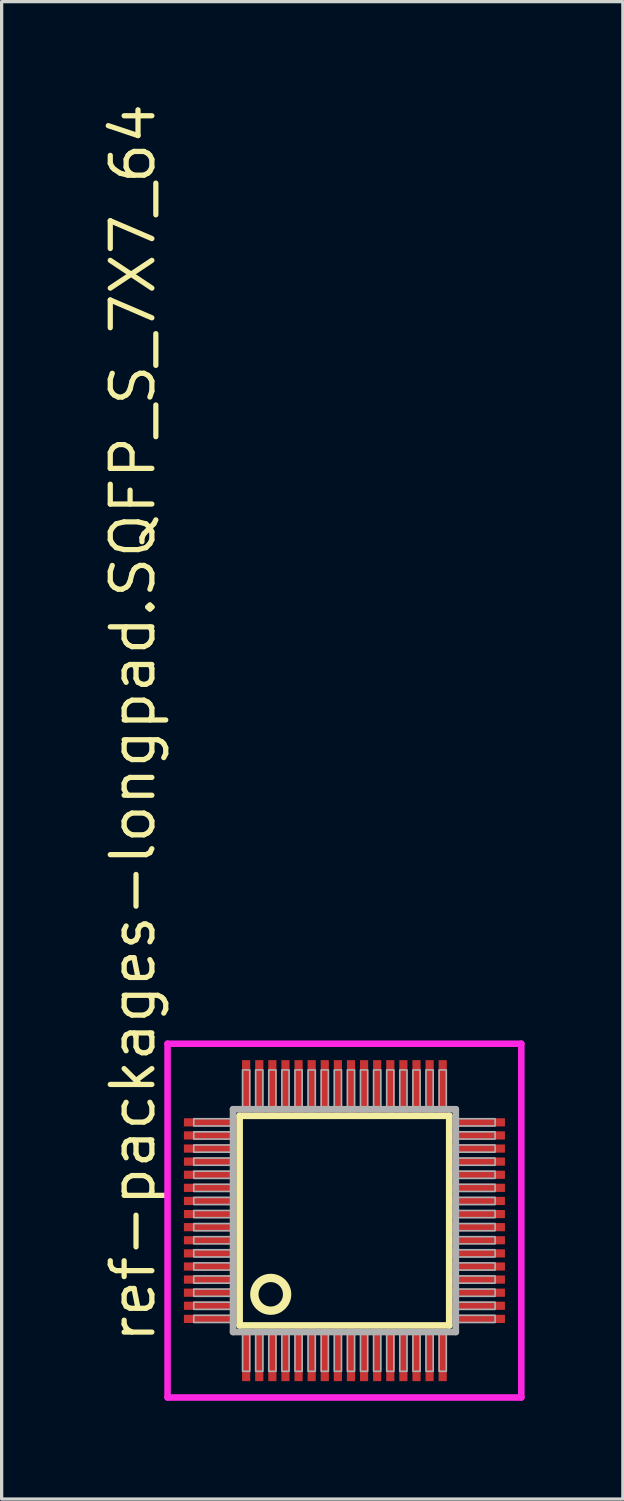
<source format=kicad_pcb>
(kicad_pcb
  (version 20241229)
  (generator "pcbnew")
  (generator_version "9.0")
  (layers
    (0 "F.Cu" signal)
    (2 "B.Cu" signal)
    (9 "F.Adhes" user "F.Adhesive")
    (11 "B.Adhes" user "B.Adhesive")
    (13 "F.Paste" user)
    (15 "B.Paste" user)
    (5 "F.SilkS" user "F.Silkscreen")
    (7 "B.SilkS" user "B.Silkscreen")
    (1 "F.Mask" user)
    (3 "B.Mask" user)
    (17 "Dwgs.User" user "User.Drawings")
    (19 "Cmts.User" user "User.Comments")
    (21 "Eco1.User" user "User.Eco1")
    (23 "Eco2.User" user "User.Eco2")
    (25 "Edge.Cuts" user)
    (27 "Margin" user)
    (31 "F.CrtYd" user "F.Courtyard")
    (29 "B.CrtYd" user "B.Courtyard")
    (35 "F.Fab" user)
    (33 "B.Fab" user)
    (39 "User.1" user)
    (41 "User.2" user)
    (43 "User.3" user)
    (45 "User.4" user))
  (footprint "ref-packages-longpad.SQFP_S_7X7_64"
    (layer "F.Cu")
    (at 7.465 34.214)
    (property "Reference" "ref-packages-longpad.SQFP_S_7X7_64" (at -5.715 3.81 90) (layer "F.SilkS") (effects (font (size 1.27 1.27) (thickness 0.16)) (justify left bottom)))
    (attr smd)
    (fp_line (start -3.2 -3.2) (end 3.2 -3.2) (stroke (width 0.203) (type default)) (layer "F.SilkS"))
    (fp_line (start -3.2 3.2) (end -3.2 -3.2) (stroke (width 0.203) (type default)) (layer "F.SilkS"))
    (fp_line (start 3.2 -3.2) (end 3.2 3.2) (stroke (width 0.203) (type default)) (layer "F.SilkS"))
    (fp_line (start 3.2 3.2) (end -3.2 3.2) (stroke (width 0.203) (type default)) (layer "F.SilkS"))
    (fp_circle (center -2.25 2.25) (end -1.75 2.25) (stroke (width 0.254) (type default)) (fill no) (layer "F.SilkS"))
    (fp_line (start -5.4 -5.4) (end 5.4 -5.4) (stroke (width 0.2) (type default)) (layer "F.CrtYd"))
    (fp_line (start -5.4 5.4) (end -5.4 -5.4) (stroke (width 0.2) (type default)) (layer "F.CrtYd"))
    (fp_line (start 5.4 -5.4) (end 5.4 5.4) (stroke (width 0.2) (type default)) (layer "F.CrtYd"))
    (fp_line (start 5.4 5.4) (end -5.4 5.4) (stroke (width 0.2) (type default)) (layer "F.CrtYd"))
    (fp_line (start -3.4 -3.4) (end -3.4 3.4) (stroke (width 0.203) (type default)) (layer "F.Fab"))
    (fp_line (start -3.4 3.4) (end 3.4 3.4) (stroke (width 0.203) (type default)) (layer "F.Fab"))
    (fp_line (start 3.4 -3.4) (end -3.4 -3.4) (stroke (width 0.203) (type default)) (layer "F.Fab"))
    (fp_line (start 3.4 3.4) (end 3.4 -3.4) (stroke (width 0.203) (type default)) (layer "F.Fab"))
    (fp_rect (start -4.6 -2.89) (end -3.45 -3.11) (stroke (width 0.05) (type default)) (fill no) (layer "F.Fab"))
    (fp_rect (start -4.6 -2.49) (end -3.45 -2.71) (stroke (width 0.05) (type default)) (fill no) (layer "F.Fab"))
    (fp_rect (start -4.6 -2.09) (end -3.45 -2.31) (stroke (width 0.05) (type default)) (fill no) (layer "F.Fab"))
    (fp_rect (start -4.6 -1.69) (end -3.45 -1.91) (stroke (width 0.05) (type default)) (fill no) (layer "F.Fab"))
    (fp_rect (start -4.6 -1.29) (end -3.45 -1.51) (stroke (width 0.05) (type default)) (fill no) (layer "F.Fab"))
    (fp_rect (start -4.6 -0.89) (end -3.45 -1.11) (stroke (width 0.05) (type default)) (fill no) (layer "F.Fab"))
    (fp_rect (start -4.6 -0.49) (end -3.45 -0.71) (stroke (width 0.05) (type default)) (fill no) (layer "F.Fab"))
    (fp_rect (start -4.6 -0.09) (end -3.45 -0.31) (stroke (width 0.05) (type default)) (fill no) (layer "F.Fab"))
    (fp_rect (start -4.6 0.31) (end -3.45 0.09) (stroke (width 0.05) (type default)) (fill no) (layer "F.Fab"))
    (fp_rect (start -4.6 0.71) (end -3.45 0.49) (stroke (width 0.05) (type default)) (fill no) (layer "F.Fab"))
    (fp_rect (start -4.6 1.11) (end -3.45 0.89) (stroke (width 0.05) (type default)) (fill no) (layer "F.Fab"))
    (fp_rect (start -4.6 1.51) (end -3.45 1.29) (stroke (width 0.05) (type default)) (fill no) (layer "F.Fab"))
    (fp_rect (start -4.6 1.91) (end -3.45 1.69) (stroke (width 0.05) (type default)) (fill no) (layer "F.Fab"))
    (fp_rect (start -4.6 2.31) (end -3.45 2.09) (stroke (width 0.05) (type default)) (fill no) (layer "F.Fab"))
    (fp_rect (start -4.6 2.71) (end -3.45 2.49) (stroke (width 0.05) (type default)) (fill no) (layer "F.Fab"))
    (fp_rect (start -4.6 3.11) (end -3.45 2.89) (stroke (width 0.05) (type default)) (fill no) (layer "F.Fab"))
    (fp_rect (start -3.11 -3.45) (end -2.89 -4.6) (stroke (width 0.05) (type default)) (fill no) (layer "F.Fab"))
    (fp_rect (start -3.11 4.6) (end -2.89 3.45) (stroke (width 0.05) (type default)) (fill no) (layer "F.Fab"))
    (fp_rect (start -2.71 -3.45) (end -2.49 -4.6) (stroke (width 0.05) (type default)) (fill no) (layer "F.Fab"))
    (fp_rect (start -2.71 4.6) (end -2.49 3.45) (stroke (width 0.05) (type default)) (fill no) (layer "F.Fab"))
    (fp_rect (start -2.31 -3.45) (end -2.09 -4.6) (stroke (width 0.05) (type default)) (fill no) (layer "F.Fab"))
    (fp_rect (start -2.31 4.6) (end -2.09 3.45) (stroke (width 0.05) (type default)) (fill no) (layer "F.Fab"))
    (fp_rect (start -1.91 -3.45) (end -1.69 -4.6) (stroke (width 0.05) (type default)) (fill no) (layer "F.Fab"))
    (fp_rect (start -1.91 4.6) (end -1.69 3.45) (stroke (width 0.05) (type default)) (fill no) (layer "F.Fab"))
    (fp_rect (start -1.51 -3.45) (end -1.29 -4.6) (stroke (width 0.05) (type default)) (fill no) (layer "F.Fab"))
    (fp_rect (start -1.51 4.6) (end -1.29 3.45) (stroke (width 0.05) (type default)) (fill no) (layer "F.Fab"))
    (fp_rect (start -1.11 -3.45) (end -0.89 -4.6) (stroke (width 0.05) (type default)) (fill no) (layer "F.Fab"))
    (fp_rect (start -1.11 4.6) (end -0.89 3.45) (stroke (width 0.05) (type default)) (fill no) (layer "F.Fab"))
    (fp_rect (start -0.71 -3.45) (end -0.49 -4.6) (stroke (width 0.05) (type default)) (fill no) (layer "F.Fab"))
    (fp_rect (start -0.71 4.6) (end -0.49 3.45) (stroke (width 0.05) (type default)) (fill no) (layer "F.Fab"))
    (fp_rect (start -0.31 -3.45) (end -0.09 -4.6) (stroke (width 0.05) (type default)) (fill no) (layer "F.Fab"))
    (fp_rect (start -0.31 4.6) (end -0.09 3.45) (stroke (width 0.05) (type default)) (fill no) (layer "F.Fab"))
    (fp_rect (start 0.09 -3.45) (end 0.31 -4.6) (stroke (width 0.05) (type default)) (fill no) (layer "F.Fab"))
    (fp_rect (start 0.09 4.6) (end 0.31 3.45) (stroke (width 0.05) (type default)) (fill no) (layer "F.Fab"))
    (fp_rect (start 0.49 -3.45) (end 0.71 -4.6) (stroke (width 0.05) (type default)) (fill no) (layer "F.Fab"))
    (fp_rect (start 0.49 4.6) (end 0.71 3.45) (stroke (width 0.05) (type default)) (fill no) (layer "F.Fab"))
    (fp_rect (start 0.89 -3.45) (end 1.11 -4.6) (stroke (width 0.05) (type default)) (fill no) (layer "F.Fab"))
    (fp_rect (start 0.89 4.6) (end 1.11 3.45) (stroke (width 0.05) (type default)) (fill no) (layer "F.Fab"))
    (fp_rect (start 1.29 -3.45) (end 1.51 -4.6) (stroke (width 0.05) (type default)) (fill no) (layer "F.Fab"))
    (fp_rect (start 1.29 4.6) (end 1.51 3.45) (stroke (width 0.05) (type default)) (fill no) (layer "F.Fab"))
    (fp_rect (start 1.69 -3.45) (end 1.91 -4.6) (stroke (width 0.05) (type default)) (fill no) (layer "F.Fab"))
    (fp_rect (start 1.69 4.6) (end 1.91 3.45) (stroke (width 0.05) (type default)) (fill no) (layer "F.Fab"))
    (fp_rect (start 2.09 -3.45) (end 2.31 -4.6) (stroke (width 0.05) (type default)) (fill no) (layer "F.Fab"))
    (fp_rect (start 2.09 4.6) (end 2.31 3.45) (stroke (width 0.05) (type default)) (fill no) (layer "F.Fab"))
    (fp_rect (start 2.49 -3.45) (end 2.71 -4.6) (stroke (width 0.05) (type default)) (fill no) (layer "F.Fab"))
    (fp_rect (start 2.49 4.6) (end 2.71 3.45) (stroke (width 0.05) (type default)) (fill no) (layer "F.Fab"))
    (fp_rect (start 2.89 -3.45) (end 3.11 -4.6) (stroke (width 0.05) (type default)) (fill no) (layer "F.Fab"))
    (fp_rect (start 2.89 4.6) (end 3.11 3.45) (stroke (width 0.05) (type default)) (fill no) (layer "F.Fab"))
    (fp_rect (start 3.45 -2.89) (end 4.6 -3.11) (stroke (width 0.05) (type default)) (fill no) (layer "F.Fab"))
    (fp_rect (start 3.45 -2.49) (end 4.6 -2.71) (stroke (width 0.05) (type default)) (fill no) (layer "F.Fab"))
    (fp_rect (start 3.45 -2.09) (end 4.6 -2.31) (stroke (width 0.05) (type default)) (fill no) (layer "F.Fab"))
    (fp_rect (start 3.45 -1.69) (end 4.6 -1.91) (stroke (width 0.05) (type default)) (fill no) (layer "F.Fab"))
    (fp_rect (start 3.45 -1.29) (end 4.6 -1.51) (stroke (width 0.05) (type default)) (fill no) (layer "F.Fab"))
    (fp_rect (start 3.45 -0.89) (end 4.6 -1.11) (stroke (width 0.05) (type default)) (fill no) (layer "F.Fab"))
    (fp_rect (start 3.45 -0.49) (end 4.6 -0.71) (stroke (width 0.05) (type default)) (fill no) (layer "F.Fab"))
    (fp_rect (start 3.45 -0.09) (end 4.6 -0.31) (stroke (width 0.05) (type default)) (fill no) (layer "F.Fab"))
    (fp_rect (start 3.45 0.31) (end 4.6 0.09) (stroke (width 0.05) (type default)) (fill no) (layer "F.Fab"))
    (fp_rect (start 3.45 0.71) (end 4.6 0.49) (stroke (width 0.05) (type default)) (fill no) (layer "F.Fab"))
    (fp_rect (start 3.45 1.11) (end 4.6 0.89) (stroke (width 0.05) (type default)) (fill no) (layer "F.Fab"))
    (fp_rect (start 3.45 1.51) (end 4.6 1.29) (stroke (width 0.05) (type default)) (fill no) (layer "F.Fab"))
    (fp_rect (start 3.45 1.91) (end 4.6 1.69) (stroke (width 0.05) (type default)) (fill no) (layer "F.Fab"))
    (fp_rect (start 3.45 2.31) (end 4.6 2.09) (stroke (width 0.05) (type default)) (fill no) (layer "F.Fab"))
    (fp_rect (start 3.45 2.71) (end 4.6 2.49) (stroke (width 0.05) (type default)) (fill no) (layer "F.Fab"))
    (fp_rect (start 3.45 3.11) (end 4.6 2.89) (stroke (width 0.05) (type default)) (fill no) (layer "F.Fab"))
    (pad "1" smd roundrect (at -3 4.1) (size 0.25 1.6) (layers "F.Cu" "F.Mask" "F.Paste") (roundrect_rratio 0.01))
    (pad "2" smd roundrect (at -2.6 4.1) (size 0.25 1.6) (layers "F.Cu" "F.Mask" "F.Paste") (roundrect_rratio 0.01))
    (pad "3" smd roundrect (at -2.2 4.1) (size 0.25 1.6) (layers "F.Cu" "F.Mask" "F.Paste") (roundrect_rratio 0.01))
    (pad "4" smd roundrect (at -1.8 4.1) (size 0.25 1.6) (layers "F.Cu" "F.Mask" "F.Paste") (roundrect_rratio 0.01))
    (pad "5" smd roundrect (at -1.4 4.1) (size 0.25 1.6) (layers "F.Cu" "F.Mask" "F.Paste") (roundrect_rratio 0.01))
    (pad "6" smd roundrect (at -1 4.1) (size 0.25 1.6) (layers "F.Cu" "F.Mask" "F.Paste") (roundrect_rratio 0.01))
    (pad "7" smd roundrect (at -0.6 4.1) (size 0.25 1.6) (layers "F.Cu" "F.Mask" "F.Paste") (roundrect_rratio 0.01))
    (pad "8" smd roundrect (at -0.2 4.1) (size 0.25 1.6) (layers "F.Cu" "F.Mask" "F.Paste") (roundrect_rratio 0.01))
    (pad "9" smd roundrect (at 0.2 4.1) (size 0.25 1.6) (layers "F.Cu" "F.Mask" "F.Paste") (roundrect_rratio 0.01))
    (pad "10" smd roundrect (at 0.6 4.1) (size 0.25 1.6) (layers "F.Cu" "F.Mask" "F.Paste") (roundrect_rratio 0.01))
    (pad "11" smd roundrect (at 1 4.1) (size 0.25 1.6) (layers "F.Cu" "F.Mask" "F.Paste") (roundrect_rratio 0.01))
    (pad "12" smd roundrect (at 1.4 4.1) (size 0.25 1.6) (layers "F.Cu" "F.Mask" "F.Paste") (roundrect_rratio 0.01))
    (pad "13" smd roundrect (at 1.8 4.1) (size 0.25 1.6) (layers "F.Cu" "F.Mask" "F.Paste") (roundrect_rratio 0.01))
    (pad "14" smd roundrect (at 2.2 4.1) (size 0.25 1.6) (layers "F.Cu" "F.Mask" "F.Paste") (roundrect_rratio 0.01))
    (pad "15" smd roundrect (at 2.6 4.1) (size 0.25 1.6) (layers "F.Cu" "F.Mask" "F.Paste") (roundrect_rratio 0.01))
    (pad "16" smd roundrect (at 3 4.1) (size 0.25 1.6) (layers "F.Cu" "F.Mask" "F.Paste") (roundrect_rratio 0.01))
    (pad "17" smd roundrect (at 4.1 3) (size 1.6 0.25) (layers "F.Cu" "F.Mask" "F.Paste") (roundrect_rratio 0.01))
    (pad "18" smd roundrect (at 4.1 2.6) (size 1.6 0.25) (layers "F.Cu" "F.Mask" "F.Paste") (roundrect_rratio 0.01))
    (pad "19" smd roundrect (at 4.1 2.2) (size 1.6 0.25) (layers "F.Cu" "F.Mask" "F.Paste") (roundrect_rratio 0.01))
    (pad "20" smd roundrect (at 4.1 1.8) (size 1.6 0.25) (layers "F.Cu" "F.Mask" "F.Paste") (roundrect_rratio 0.01))
    (pad "21" smd roundrect (at 4.1 1.4) (size 1.6 0.25) (layers "F.Cu" "F.Mask" "F.Paste") (roundrect_rratio 0.01))
    (pad "22" smd roundrect (at 4.1 1) (size 1.6 0.25) (layers "F.Cu" "F.Mask" "F.Paste") (roundrect_rratio 0.01))
    (pad "23" smd roundrect (at 4.1 0.6) (size 1.6 0.25) (layers "F.Cu" "F.Mask" "F.Paste") (roundrect_rratio 0.01))
    (pad "24" smd roundrect (at 4.1 0.2) (size 1.6 0.25) (layers "F.Cu" "F.Mask" "F.Paste") (roundrect_rratio 0.01))
    (pad "25" smd roundrect (at 4.1 -0.2) (size 1.6 0.25) (layers "F.Cu" "F.Mask" "F.Paste") (roundrect_rratio 0.01))
    (pad "26" smd roundrect (at 4.1 -0.6) (size 1.6 0.25) (layers "F.Cu" "F.Mask" "F.Paste") (roundrect_rratio 0.01))
    (pad "27" smd roundrect (at 4.1 -1) (size 1.6 0.25) (layers "F.Cu" "F.Mask" "F.Paste") (roundrect_rratio 0.01))
    (pad "28" smd roundrect (at 4.1 -1.4) (size 1.6 0.25) (layers "F.Cu" "F.Mask" "F.Paste") (roundrect_rratio 0.01))
    (pad "29" smd roundrect (at 4.1 -1.8) (size 1.6 0.25) (layers "F.Cu" "F.Mask" "F.Paste") (roundrect_rratio 0.01))
    (pad "30" smd roundrect (at 4.1 -2.2) (size 1.6 0.25) (layers "F.Cu" "F.Mask" "F.Paste") (roundrect_rratio 0.01))
    (pad "31" smd roundrect (at 4.1 -2.6) (size 1.6 0.25) (layers "F.Cu" "F.Mask" "F.Paste") (roundrect_rratio 0.01))
    (pad "32" smd roundrect (at 4.1 -3) (size 1.6 0.25) (layers "F.Cu" "F.Mask" "F.Paste") (roundrect_rratio 0.01))
    (pad "33" smd roundrect (at 3 -4.1) (size 0.25 1.6) (layers "F.Cu" "F.Mask" "F.Paste") (roundrect_rratio 0.01))
    (pad "34" smd roundrect (at 2.6 -4.1) (size 0.25 1.6) (layers "F.Cu" "F.Mask" "F.Paste") (roundrect_rratio 0.01))
    (pad "35" smd roundrect (at 2.2 -4.1) (size 0.25 1.6) (layers "F.Cu" "F.Mask" "F.Paste") (roundrect_rratio 0.01))
    (pad "36" smd roundrect (at 1.8 -4.1) (size 0.25 1.6) (layers "F.Cu" "F.Mask" "F.Paste") (roundrect_rratio 0.01))
    (pad "37" smd roundrect (at 1.4 -4.1) (size 0.25 1.6) (layers "F.Cu" "F.Mask" "F.Paste") (roundrect_rratio 0.01))
    (pad "38" smd roundrect (at 1 -4.1) (size 0.25 1.6) (layers "F.Cu" "F.Mask" "F.Paste") (roundrect_rratio 0.01))
    (pad "39" smd roundrect (at 0.6 -4.1) (size 0.25 1.6) (layers "F.Cu" "F.Mask" "F.Paste") (roundrect_rratio 0.01))
    (pad "40" smd roundrect (at 0.2 -4.1) (size 0.25 1.6) (layers "F.Cu" "F.Mask" "F.Paste") (roundrect_rratio 0.01))
    (pad "41" smd roundrect (at -0.2 -4.1) (size 0.25 1.6) (layers "F.Cu" "F.Mask" "F.Paste") (roundrect_rratio 0.01))
    (pad "42" smd roundrect (at -0.6 -4.1) (size 0.25 1.6) (layers "F.Cu" "F.Mask" "F.Paste") (roundrect_rratio 0.01))
    (pad "43" smd roundrect (at -1 -4.1) (size 0.25 1.6) (layers "F.Cu" "F.Mask" "F.Paste") (roundrect_rratio 0.01))
    (pad "44" smd roundrect (at -1.4 -4.1) (size 0.25 1.6) (layers "F.Cu" "F.Mask" "F.Paste") (roundrect_rratio 0.01))
    (pad "45" smd roundrect (at -1.8 -4.1) (size 0.25 1.6) (layers "F.Cu" "F.Mask" "F.Paste") (roundrect_rratio 0.01))
    (pad "46" smd roundrect (at -2.2 -4.1) (size 0.25 1.6) (layers "F.Cu" "F.Mask" "F.Paste") (roundrect_rratio 0.01))
    (pad "47" smd roundrect (at -2.6 -4.1) (size 0.25 1.6) (layers "F.Cu" "F.Mask" "F.Paste") (roundrect_rratio 0.01))
    (pad "48" smd roundrect (at -3 -4.1) (size 0.25 1.6) (layers "F.Cu" "F.Mask" "F.Paste") (roundrect_rratio 0.01))
    (pad "49" smd roundrect (at -4.1 -3) (size 1.6 0.25) (layers "F.Cu" "F.Mask" "F.Paste") (roundrect_rratio 0.01))
    (pad "50" smd roundrect (at -4.1 -2.6) (size 1.6 0.25) (layers "F.Cu" "F.Mask" "F.Paste") (roundrect_rratio 0.01))
    (pad "51" smd roundrect (at -4.1 -2.2) (size 1.6 0.25) (layers "F.Cu" "F.Mask" "F.Paste") (roundrect_rratio 0.01))
    (pad "52" smd roundrect (at -4.1 -1.8) (size 1.6 0.25) (layers "F.Cu" "F.Mask" "F.Paste") (roundrect_rratio 0.01))
    (pad "53" smd roundrect (at -4.1 -1.4) (size 1.6 0.25) (layers "F.Cu" "F.Mask" "F.Paste") (roundrect_rratio 0.01))
    (pad "54" smd roundrect (at -4.1 -1) (size 1.6 0.25) (layers "F.Cu" "F.Mask" "F.Paste") (roundrect_rratio 0.01))
    (pad "55" smd roundrect (at -4.1 -0.6) (size 1.6 0.25) (layers "F.Cu" "F.Mask" "F.Paste") (roundrect_rratio 0.01))
    (pad "56" smd roundrect (at -4.1 -0.2) (size 1.6 0.25) (layers "F.Cu" "F.Mask" "F.Paste") (roundrect_rratio 0.01))
    (pad "57" smd roundrect (at -4.1 0.2) (size 1.6 0.25) (layers "F.Cu" "F.Mask" "F.Paste") (roundrect_rratio 0.01))
    (pad "58" smd roundrect (at -4.1 0.6) (size 1.6 0.25) (layers "F.Cu" "F.Mask" "F.Paste") (roundrect_rratio 0.01))
    (pad "59" smd roundrect (at -4.1 1) (size 1.6 0.25) (layers "F.Cu" "F.Mask" "F.Paste") (roundrect_rratio 0.01))
    (pad "60" smd roundrect (at -4.1 1.4) (size 1.6 0.25) (layers "F.Cu" "F.Mask" "F.Paste") (roundrect_rratio 0.01))
    (pad "61" smd roundrect (at -4.1 1.8) (size 1.6 0.25) (layers "F.Cu" "F.Mask" "F.Paste") (roundrect_rratio 0.01))
    (pad "62" smd roundrect (at -4.1 2.2) (size 1.6 0.25) (layers "F.Cu" "F.Mask" "F.Paste") (roundrect_rratio 0.01))
    (pad "63" smd roundrect (at -4.1 2.6) (size 1.6 0.25) (layers "F.Cu" "F.Mask" "F.Paste") (roundrect_rratio 0.01))
    (pad "64" smd roundrect (at -4.1 3) (size 1.6 0.25) (layers "F.Cu" "F.Mask" "F.Paste") (roundrect_rratio 0.01)))
  (gr_rect
    (start -3 -3)
    (end 15.965 42.714)
    (stroke (width 0.1) (type default))
    (fill no)
    (layer "Edge.Cuts")))
</source>
